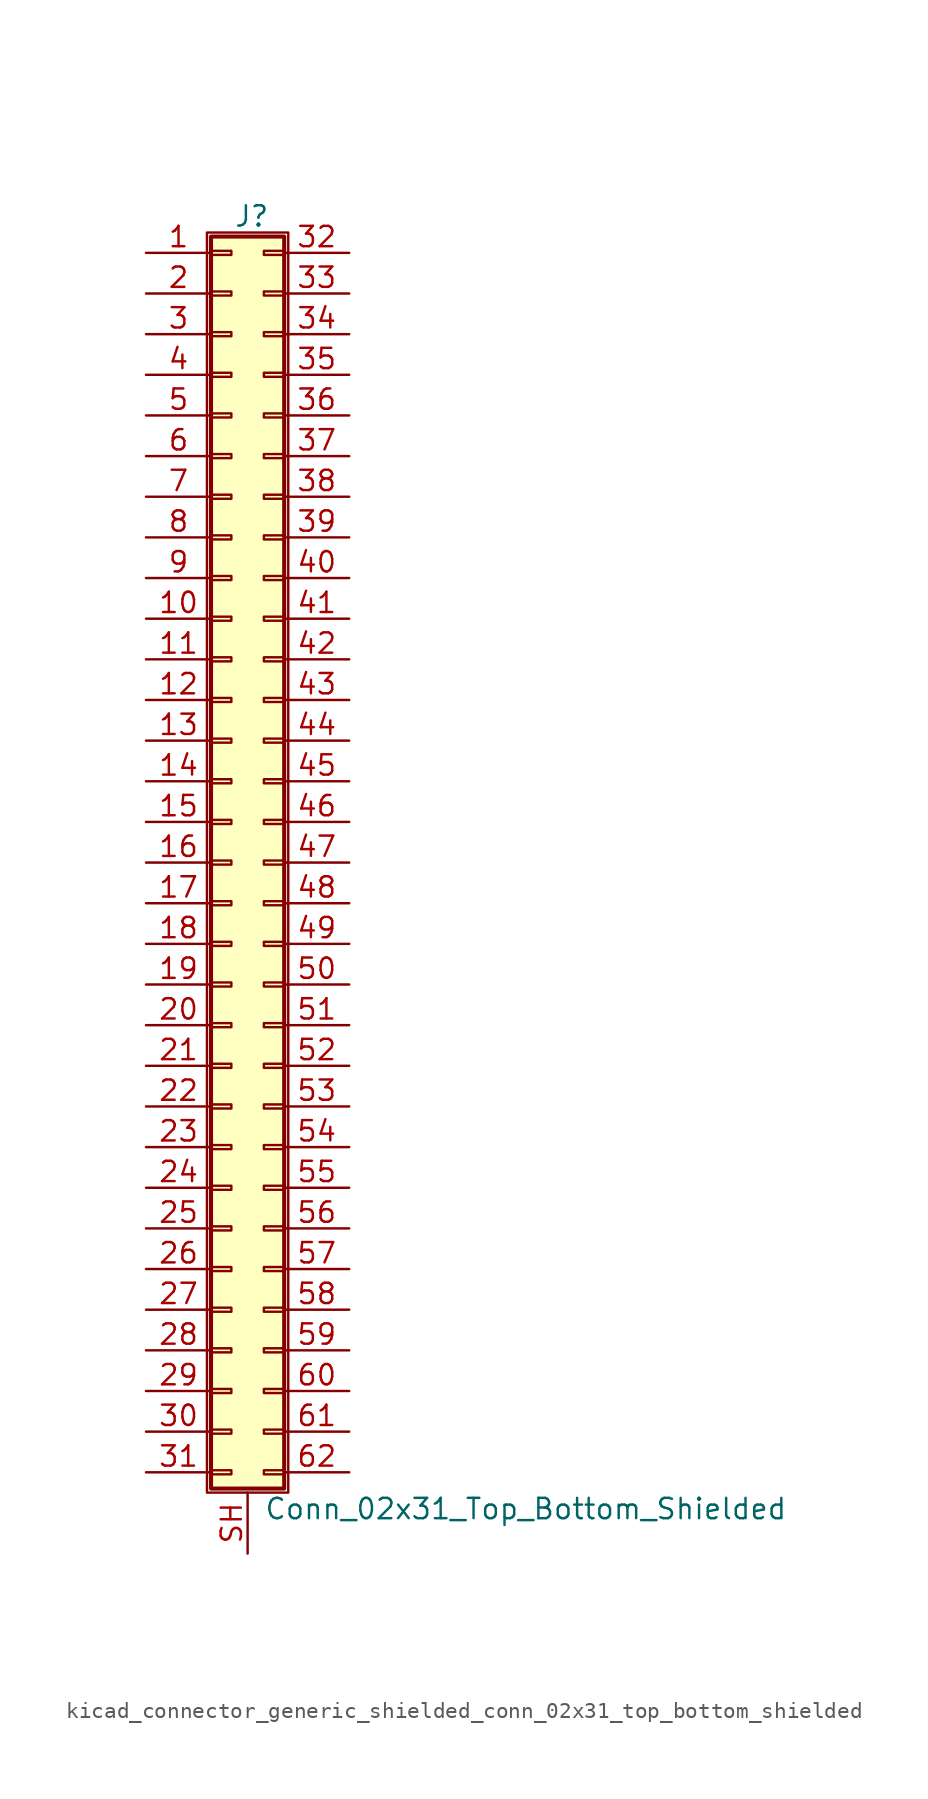
<source format=kicad_sym>
(kicad_symbol_lib
  (version 20220914)
  (generator kicad_symbol_editor)
  (symbol "kicad_connector_generic_shielded_conn_02x31_top_bottom_shielded"
    (pin_names
      (offset 1.016) hide)
    (property "Reference" "J"
      (at 1.524 40.386 0)
      (effects (font (size 1.27 1.27))))
    (property "Value" "Conn_02x31_Top_Bottom_Shielded"
      (at 2.286 -40.386 0)
      (effects (font (size 1.27 1.27)) (justify left)))
    (symbol "kicad_connector_generic_shielded_conn_02x31_top_bottom_shielded_1_1"
      (rectangle (start -1.27 39.37) (end 3.81 -39.37) (stroke (width 0.152) (type default)) (fill (type none)))
      (rectangle (start -1.016 -37.973) (end 0.254 -38.227) (stroke (width 0.152) (type default)) (fill (type none)))
      (rectangle (start -1.016 -35.433) (end 0.254 -35.687) (stroke (width 0.152) (type default)) (fill (type none)))
      (rectangle (start -1.016 -32.893) (end 0.254 -33.147) (stroke (width 0.152) (type default)) (fill (type none)))
      (rectangle (start -1.016 -30.353) (end 0.254 -30.607) (stroke (width 0.152) (type default)) (fill (type none)))
      (rectangle (start -1.016 -27.813) (end 0.254 -28.067) (stroke (width 0.152) (type default)) (fill (type none)))
      (rectangle (start -1.016 -25.273) (end 0.254 -25.527) (stroke (width 0.152) (type default)) (fill (type none)))
      (rectangle (start -1.016 -22.733) (end 0.254 -22.987) (stroke (width 0.152) (type default)) (fill (type none)))
      (rectangle (start -1.016 -20.193) (end 0.254 -20.447) (stroke (width 0.152) (type default)) (fill (type none)))
      (rectangle (start -1.016 -17.653) (end 0.254 -17.907) (stroke (width 0.152) (type default)) (fill (type none)))
      (rectangle (start -1.016 -15.113) (end 0.254 -15.367) (stroke (width 0.152) (type default)) (fill (type none)))
      (rectangle (start -1.016 -12.573) (end 0.254 -12.827) (stroke (width 0.152) (type default)) (fill (type none)))
      (rectangle (start -1.016 -10.033) (end 0.254 -10.287) (stroke (width 0.152) (type default)) (fill (type none)))
      (rectangle (start -1.016 -7.493) (end 0.254 -7.747) (stroke (width 0.152) (type default)) (fill (type none)))
      (rectangle (start -1.016 -4.953) (end 0.254 -5.207) (stroke (width 0.152) (type default)) (fill (type none)))
      (rectangle (start -1.016 -2.413) (end 0.254 -2.667) (stroke (width 0.152) (type default)) (fill (type none)))
      (rectangle (start -1.016 0.127) (end 0.254 -0.127) (stroke (width 0.152) (type default)) (fill (type none)))
      (rectangle (start -1.016 2.667) (end 0.254 2.413) (stroke (width 0.152) (type default)) (fill (type none)))
      (rectangle (start -1.016 5.207) (end 0.254 4.953) (stroke (width 0.152) (type default)) (fill (type none)))
      (rectangle (start -1.016 7.747) (end 0.254 7.493) (stroke (width 0.152) (type default)) (fill (type none)))
      (rectangle (start -1.016 10.287) (end 0.254 10.033) (stroke (width 0.152) (type default)) (fill (type none)))
      (rectangle (start -1.016 12.827) (end 0.254 12.573) (stroke (width 0.152) (type default)) (fill (type none)))
      (rectangle (start -1.016 15.367) (end 0.254 15.113) (stroke (width 0.152) (type default)) (fill (type none)))
      (rectangle (start -1.016 17.907) (end 0.254 17.653) (stroke (width 0.152) (type default)) (fill (type none)))
      (rectangle (start -1.016 20.447) (end 0.254 20.193) (stroke (width 0.152) (type default)) (fill (type none)))
      (rectangle (start -1.016 22.987) (end 0.254 22.733) (stroke (width 0.152) (type default)) (fill (type none)))
      (rectangle (start -1.016 25.527) (end 0.254 25.273) (stroke (width 0.152) (type default)) (fill (type none)))
      (rectangle (start -1.016 28.067) (end 0.254 27.813) (stroke (width 0.152) (type default)) (fill (type none)))
      (rectangle (start -1.016 30.607) (end 0.254 30.353) (stroke (width 0.152) (type default)) (fill (type none)))
      (rectangle (start -1.016 33.147) (end 0.254 32.893) (stroke (width 0.152) (type default)) (fill (type none)))
      (rectangle (start -1.016 35.687) (end 0.254 35.433) (stroke (width 0.152) (type default)) (fill (type none)))
      (rectangle (start -1.016 38.227) (end 0.254 37.973) (stroke (width 0.152) (type default)) (fill (type none)))
      (rectangle (start -1.016 39.116) (end 3.556 -39.116) (stroke (width 0.254) (type default)) (fill (type background)))
      (rectangle (start 3.556 -37.973) (end 2.286 -38.227) (stroke (width 0.152) (type default)) (fill (type none)))
      (rectangle (start 3.556 -35.433) (end 2.286 -35.687) (stroke (width 0.152) (type default)) (fill (type none)))
      (rectangle (start 3.556 -32.893) (end 2.286 -33.147) (stroke (width 0.152) (type default)) (fill (type none)))
      (rectangle (start 3.556 -30.353) (end 2.286 -30.607) (stroke (width 0.152) (type default)) (fill (type none)))
      (rectangle (start 3.556 -27.813) (end 2.286 -28.067) (stroke (width 0.152) (type default)) (fill (type none)))
      (rectangle (start 3.556 -25.273) (end 2.286 -25.527) (stroke (width 0.152) (type default)) (fill (type none)))
      (rectangle (start 3.556 -22.733) (end 2.286 -22.987) (stroke (width 0.152) (type default)) (fill (type none)))
      (rectangle (start 3.556 -20.193) (end 2.286 -20.447) (stroke (width 0.152) (type default)) (fill (type none)))
      (rectangle (start 3.556 -17.653) (end 2.286 -17.907) (stroke (width 0.152) (type default)) (fill (type none)))
      (rectangle (start 3.556 -15.113) (end 2.286 -15.367) (stroke (width 0.152) (type default)) (fill (type none)))
      (rectangle (start 3.556 -12.573) (end 2.286 -12.827) (stroke (width 0.152) (type default)) (fill (type none)))
      (rectangle (start 3.556 -10.033) (end 2.286 -10.287) (stroke (width 0.152) (type default)) (fill (type none)))
      (rectangle (start 3.556 -7.493) (end 2.286 -7.747) (stroke (width 0.152) (type default)) (fill (type none)))
      (rectangle (start 3.556 -4.953) (end 2.286 -5.207) (stroke (width 0.152) (type default)) (fill (type none)))
      (rectangle (start 3.556 -2.413) (end 2.286 -2.667) (stroke (width 0.152) (type default)) (fill (type none)))
      (rectangle (start 3.556 0.127) (end 2.286 -0.127) (stroke (width 0.152) (type default)) (fill (type none)))
      (rectangle (start 3.556 2.667) (end 2.286 2.413) (stroke (width 0.152) (type default)) (fill (type none)))
      (rectangle (start 3.556 5.207) (end 2.286 4.953) (stroke (width 0.152) (type default)) (fill (type none)))
      (rectangle (start 3.556 7.747) (end 2.286 7.493) (stroke (width 0.152) (type default)) (fill (type none)))
      (rectangle (start 3.556 10.287) (end 2.286 10.033) (stroke (width 0.152) (type default)) (fill (type none)))
      (rectangle (start 3.556 12.827) (end 2.286 12.573) (stroke (width 0.152) (type default)) (fill (type none)))
      (rectangle (start 3.556 15.367) (end 2.286 15.113) (stroke (width 0.152) (type default)) (fill (type none)))
      (rectangle (start 3.556 17.907) (end 2.286 17.653) (stroke (width 0.152) (type default)) (fill (type none)))
      (rectangle (start 3.556 20.447) (end 2.286 20.193) (stroke (width 0.152) (type default)) (fill (type none)))
      (rectangle (start 3.556 22.987) (end 2.286 22.733) (stroke (width 0.152) (type default)) (fill (type none)))
      (rectangle (start 3.556 25.527) (end 2.286 25.273) (stroke (width 0.152) (type default)) (fill (type none)))
      (rectangle (start 3.556 28.067) (end 2.286 27.813) (stroke (width 0.152) (type default)) (fill (type none)))
      (rectangle (start 3.556 30.607) (end 2.286 30.353) (stroke (width 0.152) (type default)) (fill (type none)))
      (rectangle (start 3.556 33.147) (end 2.286 32.893) (stroke (width 0.152) (type default)) (fill (type none)))
      (rectangle (start 3.556 35.687) (end 2.286 35.433) (stroke (width 0.152) (type default)) (fill (type none)))
      (rectangle (start 3.556 38.227) (end 2.286 37.973) (stroke (width 0.152) (type default)) (fill (type none)))
      (pin passive line (at -5.08 38.1 0) (length 4.064) (name "Pin_1" (effects (font (size 1.27 1.27)))) (number "1" (effects (font (size 1.27 1.27)))))
      (pin passive line (at -5.08 15.24 0) (length 4.064) (name "Pin_10" (effects (font (size 1.27 1.27)))) (number "10" (effects (font (size 1.27 1.27)))))
      (pin passive line (at -5.08 12.7 0) (length 4.064) (name "Pin_11" (effects (font (size 1.27 1.27)))) (number "11" (effects (font (size 1.27 1.27)))))
      (pin passive line (at -5.08 10.16 0) (length 4.064) (name "Pin_12" (effects (font (size 1.27 1.27)))) (number "12" (effects (font (size 1.27 1.27)))))
      (pin passive line (at -5.08 7.62 0) (length 4.064) (name "Pin_13" (effects (font (size 1.27 1.27)))) (number "13" (effects (font (size 1.27 1.27)))))
      (pin passive line (at -5.08 5.08 0) (length 4.064) (name "Pin_14" (effects (font (size 1.27 1.27)))) (number "14" (effects (font (size 1.27 1.27)))))
      (pin passive line (at -5.08 2.54 0) (length 4.064) (name "Pin_15" (effects (font (size 1.27 1.27)))) (number "15" (effects (font (size 1.27 1.27)))))
      (pin passive line (at -5.08 0 0) (length 4.064) (name "Pin_16" (effects (font (size 1.27 1.27)))) (number "16" (effects (font (size 1.27 1.27)))))
      (pin passive line (at -5.08 -2.54 0) (length 4.064) (name "Pin_17" (effects (font (size 1.27 1.27)))) (number "17" (effects (font (size 1.27 1.27)))))
      (pin passive line (at -5.08 -5.08 0) (length 4.064) (name "Pin_18" (effects (font (size 1.27 1.27)))) (number "18" (effects (font (size 1.27 1.27)))))
      (pin passive line (at -5.08 -7.62 0) (length 4.064) (name "Pin_19" (effects (font (size 1.27 1.27)))) (number "19" (effects (font (size 1.27 1.27)))))
      (pin passive line (at -5.08 35.56 0) (length 4.064) (name "Pin_2" (effects (font (size 1.27 1.27)))) (number "2" (effects (font (size 1.27 1.27)))))
      (pin passive line (at -5.08 -10.16 0) (length 4.064) (name "Pin_20" (effects (font (size 1.27 1.27)))) (number "20" (effects (font (size 1.27 1.27)))))
      (pin passive line (at -5.08 -12.7 0) (length 4.064) (name "Pin_21" (effects (font (size 1.27 1.27)))) (number "21" (effects (font (size 1.27 1.27)))))
      (pin passive line (at -5.08 -15.24 0) (length 4.064) (name "Pin_22" (effects (font (size 1.27 1.27)))) (number "22" (effects (font (size 1.27 1.27)))))
      (pin passive line (at -5.08 -17.78 0) (length 4.064) (name "Pin_23" (effects (font (size 1.27 1.27)))) (number "23" (effects (font (size 1.27 1.27)))))
      (pin passive line (at -5.08 -20.32 0) (length 4.064) (name "Pin_24" (effects (font (size 1.27 1.27)))) (number "24" (effects (font (size 1.27 1.27)))))
      (pin passive line (at -5.08 -22.86 0) (length 4.064) (name "Pin_25" (effects (font (size 1.27 1.27)))) (number "25" (effects (font (size 1.27 1.27)))))
      (pin passive line (at -5.08 -25.4 0) (length 4.064) (name "Pin_26" (effects (font (size 1.27 1.27)))) (number "26" (effects (font (size 1.27 1.27)))))
      (pin passive line (at -5.08 -27.94 0) (length 4.064) (name "Pin_27" (effects (font (size 1.27 1.27)))) (number "27" (effects (font (size 1.27 1.27)))))
      (pin passive line (at -5.08 -30.48 0) (length 4.064) (name "Pin_28" (effects (font (size 1.27 1.27)))) (number "28" (effects (font (size 1.27 1.27)))))
      (pin passive line (at -5.08 -33.02 0) (length 4.064) (name "Pin_29" (effects (font (size 1.27 1.27)))) (number "29" (effects (font (size 1.27 1.27)))))
      (pin passive line (at -5.08 33.02 0) (length 4.064) (name "Pin_3" (effects (font (size 1.27 1.27)))) (number "3" (effects (font (size 1.27 1.27)))))
      (pin passive line (at -5.08 -35.56 0) (length 4.064) (name "Pin_30" (effects (font (size 1.27 1.27)))) (number "30" (effects (font (size 1.27 1.27)))))
      (pin passive line (at -5.08 -38.1 0) (length 4.064) (name "Pin_31" (effects (font (size 1.27 1.27)))) (number "31" (effects (font (size 1.27 1.27)))))
      (pin passive line (at 7.62 38.1 180) (length 4.064) (name "Pin_32" (effects (font (size 1.27 1.27)))) (number "32" (effects (font (size 1.27 1.27)))))
      (pin passive line (at 7.62 35.56 180) (length 4.064) (name "Pin_33" (effects (font (size 1.27 1.27)))) (number "33" (effects (font (size 1.27 1.27)))))
      (pin passive line (at 7.62 33.02 180) (length 4.064) (name "Pin_34" (effects (font (size 1.27 1.27)))) (number "34" (effects (font (size 1.27 1.27)))))
      (pin passive line (at 7.62 30.48 180) (length 4.064) (name "Pin_35" (effects (font (size 1.27 1.27)))) (number "35" (effects (font (size 1.27 1.27)))))
      (pin passive line (at 7.62 27.94 180) (length 4.064) (name "Pin_36" (effects (font (size 1.27 1.27)))) (number "36" (effects (font (size 1.27 1.27)))))
      (pin passive line (at 7.62 25.4 180) (length 4.064) (name "Pin_37" (effects (font (size 1.27 1.27)))) (number "37" (effects (font (size 1.27 1.27)))))
      (pin passive line (at 7.62 22.86 180) (length 4.064) (name "Pin_38" (effects (font (size 1.27 1.27)))) (number "38" (effects (font (size 1.27 1.27)))))
      (pin passive line (at 7.62 20.32 180) (length 4.064) (name "Pin_39" (effects (font (size 1.27 1.27)))) (number "39" (effects (font (size 1.27 1.27)))))
      (pin passive line (at -5.08 30.48 0) (length 4.064) (name "Pin_4" (effects (font (size 1.27 1.27)))) (number "4" (effects (font (size 1.27 1.27)))))
      (pin passive line (at 7.62 17.78 180) (length 4.064) (name "Pin_40" (effects (font (size 1.27 1.27)))) (number "40" (effects (font (size 1.27 1.27)))))
      (pin passive line (at 7.62 15.24 180) (length 4.064) (name "Pin_41" (effects (font (size 1.27 1.27)))) (number "41" (effects (font (size 1.27 1.27)))))
      (pin passive line (at 7.62 12.7 180) (length 4.064) (name "Pin_42" (effects (font (size 1.27 1.27)))) (number "42" (effects (font (size 1.27 1.27)))))
      (pin passive line (at 7.62 10.16 180) (length 4.064) (name "Pin_43" (effects (font (size 1.27 1.27)))) (number "43" (effects (font (size 1.27 1.27)))))
      (pin passive line (at 7.62 7.62 180) (length 4.064) (name "Pin_44" (effects (font (size 1.27 1.27)))) (number "44" (effects (font (size 1.27 1.27)))))
      (pin passive line (at 7.62 5.08 180) (length 4.064) (name "Pin_45" (effects (font (size 1.27 1.27)))) (number "45" (effects (font (size 1.27 1.27)))))
      (pin passive line (at 7.62 2.54 180) (length 4.064) (name "Pin_46" (effects (font (size 1.27 1.27)))) (number "46" (effects (font (size 1.27 1.27)))))
      (pin passive line (at 7.62 0 180) (length 4.064) (name "Pin_47" (effects (font (size 1.27 1.27)))) (number "47" (effects (font (size 1.27 1.27)))))
      (pin passive line (at 7.62 -2.54 180) (length 4.064) (name "Pin_48" (effects (font (size 1.27 1.27)))) (number "48" (effects (font (size 1.27 1.27)))))
      (pin passive line (at 7.62 -5.08 180) (length 4.064) (name "Pin_49" (effects (font (size 1.27 1.27)))) (number "49" (effects (font (size 1.27 1.27)))))
      (pin passive line (at -5.08 27.94 0) (length 4.064) (name "Pin_5" (effects (font (size 1.27 1.27)))) (number "5" (effects (font (size 1.27 1.27)))))
      (pin passive line (at 7.62 -7.62 180) (length 4.064) (name "Pin_50" (effects (font (size 1.27 1.27)))) (number "50" (effects (font (size 1.27 1.27)))))
      (pin passive line (at 7.62 -10.16 180) (length 4.064) (name "Pin_51" (effects (font (size 1.27 1.27)))) (number "51" (effects (font (size 1.27 1.27)))))
      (pin passive line (at 7.62 -12.7 180) (length 4.064) (name "Pin_52" (effects (font (size 1.27 1.27)))) (number "52" (effects (font (size 1.27 1.27)))))
      (pin passive line (at 7.62 -15.24 180) (length 4.064) (name "Pin_53" (effects (font (size 1.27 1.27)))) (number "53" (effects (font (size 1.27 1.27)))))
      (pin passive line (at 7.62 -17.78 180) (length 4.064) (name "Pin_54" (effects (font (size 1.27 1.27)))) (number "54" (effects (font (size 1.27 1.27)))))
      (pin passive line (at 7.62 -20.32 180) (length 4.064) (name "Pin_55" (effects (font (size 1.27 1.27)))) (number "55" (effects (font (size 1.27 1.27)))))
      (pin passive line (at 7.62 -22.86 180) (length 4.064) (name "Pin_56" (effects (font (size 1.27 1.27)))) (number "56" (effects (font (size 1.27 1.27)))))
      (pin passive line (at 7.62 -25.4 180) (length 4.064) (name "Pin_57" (effects (font (size 1.27 1.27)))) (number "57" (effects (font (size 1.27 1.27)))))
      (pin passive line (at 7.62 -27.94 180) (length 4.064) (name "Pin_58" (effects (font (size 1.27 1.27)))) (number "58" (effects (font (size 1.27 1.27)))))
      (pin passive line (at 7.62 -30.48 180) (length 4.064) (name "Pin_59" (effects (font (size 1.27 1.27)))) (number "59" (effects (font (size 1.27 1.27)))))
      (pin passive line (at -5.08 25.4 0) (length 4.064) (name "Pin_6" (effects (font (size 1.27 1.27)))) (number "6" (effects (font (size 1.27 1.27)))))
      (pin passive line (at 7.62 -33.02 180) (length 4.064) (name "Pin_60" (effects (font (size 1.27 1.27)))) (number "60" (effects (font (size 1.27 1.27)))))
      (pin passive line (at 7.62 -35.56 180) (length 4.064) (name "Pin_61" (effects (font (size 1.27 1.27)))) (number "61" (effects (font (size 1.27 1.27)))))
      (pin passive line (at 7.62 -38.1 180) (length 4.064) (name "Pin_62" (effects (font (size 1.27 1.27)))) (number "62" (effects (font (size 1.27 1.27)))))
      (pin passive line (at -5.08 22.86 0) (length 4.064) (name "Pin_7" (effects (font (size 1.27 1.27)))) (number "7" (effects (font (size 1.27 1.27)))))
      (pin passive line (at -5.08 20.32 0) (length 4.064) (name "Pin_8" (effects (font (size 1.27 1.27)))) (number "8" (effects (font (size 1.27 1.27)))))
      (pin passive line (at -5.08 17.78 0) (length 4.064) (name "Pin_9" (effects (font (size 1.27 1.27)))) (number "9" (effects (font (size 1.27 1.27)))))
      (pin passive line (at 1.27 -43.18 90) (length 3.81) (name "Shield" (effects (font (size 1.27 1.27)))) (number "SH" (effects (font (size 1.27 1.27))))))))
</source>
